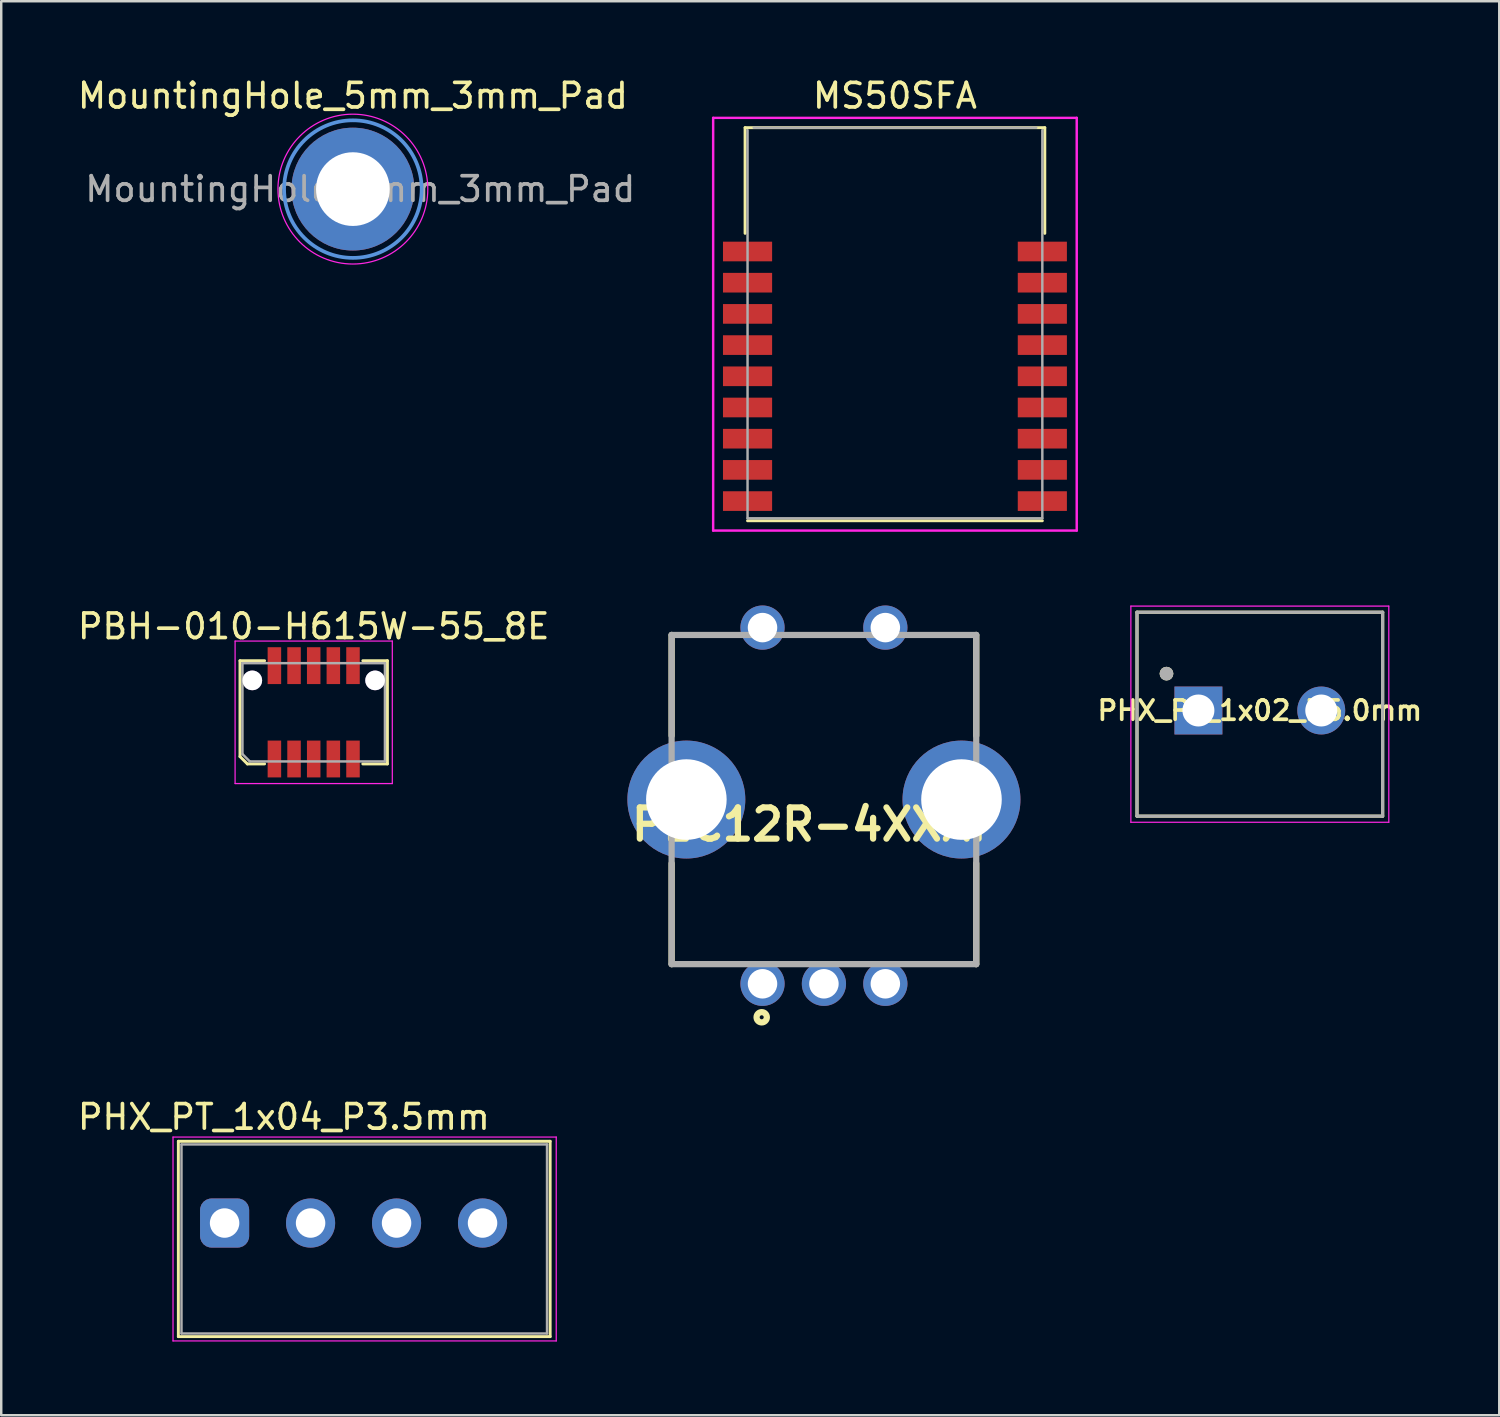
<source format=kicad_pcb>
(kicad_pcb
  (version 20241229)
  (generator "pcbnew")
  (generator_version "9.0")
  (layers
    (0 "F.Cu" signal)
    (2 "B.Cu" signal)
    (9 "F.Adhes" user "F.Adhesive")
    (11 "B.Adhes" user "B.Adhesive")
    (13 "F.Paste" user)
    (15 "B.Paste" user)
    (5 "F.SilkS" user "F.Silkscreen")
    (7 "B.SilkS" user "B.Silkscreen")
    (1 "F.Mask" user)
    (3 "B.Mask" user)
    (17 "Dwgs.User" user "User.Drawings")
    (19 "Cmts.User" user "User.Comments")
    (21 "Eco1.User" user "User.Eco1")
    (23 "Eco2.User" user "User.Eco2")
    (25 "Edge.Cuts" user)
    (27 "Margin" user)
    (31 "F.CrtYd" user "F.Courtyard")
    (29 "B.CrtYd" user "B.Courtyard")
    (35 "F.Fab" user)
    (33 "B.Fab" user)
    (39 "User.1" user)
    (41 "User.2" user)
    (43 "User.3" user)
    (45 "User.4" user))
  (footprint "PBH-010-H615W-55_8E"
    (layer "F.Cu")
    (at 9.72 25.947)
    (property "Reference" "PBH-010-H615W-55_8E" (at 0 -3.5 180) (layer "F.SilkS") (effects (font (size 1 1) (thickness 0.15))))
    (attr smd)
    (fp_line (start -3 -2.1) (end -2 -2.1) (stroke (width 0.12) (type solid)) (layer "F.SilkS"))
    (fp_line (start -3 1.8) (end -3 -2.1) (stroke (width 0.12) (type solid)) (layer "F.SilkS"))
    (fp_line (start -3 1.8) (end -2.7 2.1) (stroke (width 0.12) (type solid)) (layer "F.SilkS"))
    (fp_line (start -2 2.1) (end -2.7 2.1) (stroke (width 0.12) (type solid)) (layer "F.SilkS"))
    (fp_line (start 3 -2.1) (end 2 -2.1) (stroke (width 0.12) (type solid)) (layer "F.SilkS"))
    (fp_line (start 3 -2.1) (end 3 2.1) (stroke (width 0.12) (type solid)) (layer "F.SilkS"))
    (fp_line (start 3 2.1) (end 2 2.1) (stroke (width 0.12) (type solid)) (layer "F.SilkS"))
    (fp_line (start -3.2 -2.9) (end 3.2 -2.9) (stroke (width 0.05) (type solid)) (layer "F.CrtYd"))
    (fp_line (start -3.2 2.9) (end -3.2 -2.9) (stroke (width 0.05) (type solid)) (layer "F.CrtYd"))
    (fp_line (start 3.2 -2.9) (end 3.2 2.9) (stroke (width 0.05) (type solid)) (layer "F.CrtYd"))
    (fp_line (start 3.2 2.9) (end -3.2 2.9) (stroke (width 0.05) (type solid)) (layer "F.CrtYd"))
    (fp_line (start -2.9 -2) (end 2.9 -2) (stroke (width 0.1) (type solid)) (layer "F.Fab"))
    (fp_line (start -2.9 1.7) (end -2.9 -2) (stroke (width 0.1) (type solid)) (layer "F.Fab"))
    (fp_line (start -2.6 2) (end -2.9 1.7) (stroke (width 0.1) (type solid)) (layer "F.Fab"))
    (fp_line (start 2.9 -2) (end 2.9 2) (stroke (width 0.1) (type solid)) (layer "F.Fab"))
    (fp_line (start 2.9 2) (end -2.6 2) (stroke (width 0.1) (type solid)) (layer "F.Fab"))
    (pad "0" thru_hole circle (at -2.5 -1.3) (size 0.8 0.8) (drill 0.8) (layers "*.Cu" "*.Mask"))
    (pad "0" thru_hole circle (at 2.5 -1.3) (size 0.8 0.8) (drill 0.8) (layers "*.Cu" "*.Mask"))
    (pad "1" smd rect (at -1.6 1.9) (size 0.55 1.5) (layers "F.Cu" "F.Mask" "F.Paste"))
    (pad "2" smd rect (at -1.6 -1.9) (size 0.55 1.5) (layers "F.Cu" "F.Mask" "F.Paste"))
    (pad "3" smd rect (at -0.8 1.9) (size 0.55 1.5) (layers "F.Cu" "F.Mask" "F.Paste"))
    (pad "4" smd rect (at -0.8 -1.9) (size 0.55 1.5) (layers "F.Cu" "F.Mask" "F.Paste"))
    (pad "5" smd rect (at 0 1.9) (size 0.55 1.5) (layers "F.Cu" "F.Mask" "F.Paste"))
    (pad "6" smd rect (at 0 -1.9) (size 0.55 1.5) (layers "F.Cu" "F.Mask" "F.Paste"))
    (pad "7" smd rect (at 0.8 1.9) (size 0.55 1.5) (layers "F.Cu" "F.Mask" "F.Paste"))
    (pad "8" smd rect (at 0.8 -1.9) (size 0.55 1.5) (layers "F.Cu" "F.Mask" "F.Paste"))
    (pad "9" smd rect (at 1.6 1.9) (size 0.55 1.5) (layers "F.Cu" "F.Mask" "F.Paste"))
    (pad "10" smd rect (at 1.6 -1.9) (size 0.55 1.5) (layers "F.Cu" "F.Mask" "F.Paste")))
  (footprint "PHX_PT_1x02_P5.0mm"
    (layer "F.Cu")
    (at 48.235 25.873)
    (property "Reference" "PHX_PT_1x02_P5.0mm" (at 0 0 0) (layer "F.SilkS") (effects (font (size 0.787 0.787) (thickness 0.15))))
    (attr through_hole)
    (fp_line (start -5 -4) (end 5 -4) (stroke (width 0.127) (type solid)) (layer "F.SilkS"))
    (fp_line (start -5 4.3) (end -5 -4) (stroke (width 0.127) (type solid)) (layer "F.SilkS"))
    (fp_line (start 5 -4) (end 5 4.3) (stroke (width 0.127) (type solid)) (layer "F.SilkS"))
    (fp_line (start 5 4.3) (end -5 4.3) (stroke (width 0.127) (type solid)) (layer "F.SilkS"))
    (fp_circle (center -3.8 -1.5) (end -3.66 -1.5) (stroke (width 0.28) (type solid)) (fill no) (layer "F.SilkS"))
    (fp_line (start -5.25 -4.25) (end 5.25 -4.25) (stroke (width 0.05) (type solid)) (layer "F.CrtYd"))
    (fp_line (start -5.25 4.55) (end -5.25 -4.25) (stroke (width 0.05) (type solid)) (layer "F.CrtYd"))
    (fp_line (start 5.25 -4.25) (end 5.25 4.55) (stroke (width 0.05) (type solid)) (layer "F.CrtYd"))
    (fp_line (start 5.25 4.55) (end -5.25 4.55) (stroke (width 0.05) (type solid)) (layer "F.CrtYd"))
    (fp_line (start -5 -4) (end 5 -4) (stroke (width 0.127) (type solid)) (layer "F.Fab"))
    (fp_line (start -5 4.3) (end -5 -4) (stroke (width 0.127) (type solid)) (layer "F.Fab"))
    (fp_line (start 5 -4) (end 5 4.3) (stroke (width 0.127) (type solid)) (layer "F.Fab"))
    (fp_line (start 5 4.3) (end -5 4.3) (stroke (width 0.127) (type solid)) (layer "F.Fab"))
    (fp_circle (center -3.8 -1.5) (end -3.66 -1.5) (stroke (width 0.28) (type solid)) (fill no) (layer "F.Fab"))
    (pad "1" thru_hole rect (at -2.5 0) (size 1.95 1.95) (drill 1.3) (layers "*.Cu" "*.Mask"))
    (pad "2" thru_hole circle (at 2.5 0) (size 1.95 1.95) (drill 1.3) (layers "*.Cu" "*.Mask")))
  (footprint "MS50SFA"
    (layer "F.Cu")
    (at 33.381 10.148)
    (property "Reference" "MS50SFA" (at 0 -9.3 0) (layer "F.SilkS") (effects (font (size 1 1) (thickness 0.15))))
    (attr smd)
    (fp_line (start -6.1 -8) (end 6.1 -8) (stroke (width 0.12) (type solid)) (layer "F.SilkS"))
    (fp_line (start -6.1 -3.7) (end -6.1 -8) (stroke (width 0.12) (type solid)) (layer "F.SilkS"))
    (fp_line (start -6 8) (end 6 8) (stroke (width 0.12) (type solid)) (layer "F.SilkS"))
    (fp_line (start 6.1 -8) (end 6.1 -3.7) (stroke (width 0.12) (type solid)) (layer "F.SilkS"))
    (fp_line (start -7.4 -8.4) (end -7.4 8.4) (stroke (width 0.1) (type solid)) (layer "F.CrtYd"))
    (fp_line (start -7.4 8.4) (end 7.4 8.4) (stroke (width 0.1) (type solid)) (layer "F.CrtYd"))
    (fp_line (start 7.4 -8.4) (end -7.4 -8.4) (stroke (width 0.1) (type solid)) (layer "F.CrtYd"))
    (fp_line (start 7.4 8.4) (end 7.4 -8.4) (stroke (width 0.1) (type solid)) (layer "F.CrtYd"))
    (fp_line (start -6 -7.9) (end -6 7.9) (stroke (width 0.1) (type solid)) (layer "F.Fab"))
    (fp_line (start -6 7.9) (end 6 7.9) (stroke (width 0.1) (type solid)) (layer "F.Fab"))
    (fp_line (start -5.75 -8) (end 5.75 -8) (stroke (width 0.1) (type solid)) (layer "F.Fab"))
    (fp_line (start 6 -7.9) (end 6 7.9) (stroke (width 0.1) (type solid)) (layer "F.Fab"))
    (pad "1" smd rect (at -6 -2.96 180) (size 2 0.8) (layers "F.Cu" "F.Mask" "F.Paste"))
    (pad "2" smd rect (at -6 -1.69 180) (size 2 0.8) (layers "F.Cu" "F.Mask" "F.Paste"))
    (pad "3" smd rect (at -6 -0.42 180) (size 2 0.8) (layers "F.Cu" "F.Mask" "F.Paste"))
    (pad "4" smd rect (at -6 0.85 180) (size 2 0.8) (layers "F.Cu" "F.Mask" "F.Paste"))
    (pad "5" smd rect (at -6 2.12 180) (size 2 0.8) (layers "F.Cu" "F.Mask" "F.Paste"))
    (pad "6" smd rect (at -6 3.39 180) (size 2 0.8) (layers "F.Cu" "F.Mask" "F.Paste"))
    (pad "7" smd rect (at -6 4.66 180) (size 2 0.8) (layers "F.Cu" "F.Mask" "F.Paste"))
    (pad "8" smd rect (at -6 5.93 180) (size 2 0.8) (layers "F.Cu" "F.Mask" "F.Paste"))
    (pad "9" smd rect (at -6 7.2 180) (size 2 0.8) (layers "F.Cu" "F.Mask" "F.Paste"))
    (pad "10" smd rect (at 6 7.2 180) (size 2 0.8) (layers "F.Cu" "F.Mask" "F.Paste"))
    (pad "11" smd rect (at 6 5.93 180) (size 2 0.8) (layers "F.Cu" "F.Mask" "F.Paste"))
    (pad "12" smd rect (at 6 4.66 180) (size 2 0.8) (layers "F.Cu" "F.Mask" "F.Paste"))
    (pad "13" smd rect (at 6 3.39 180) (size 2 0.8) (layers "F.Cu" "F.Mask" "F.Paste"))
    (pad "14" smd rect (at 6 2.12 180) (size 2 0.8) (layers "F.Cu" "F.Mask" "F.Paste"))
    (pad "15" smd rect (at 6 0.85 180) (size 2 0.8) (layers "F.Cu" "F.Mask" "F.Paste"))
    (pad "16" smd rect (at 6 -0.42 180) (size 2 0.8) (layers "F.Cu" "F.Mask" "F.Paste"))
    (pad "17" smd rect (at 6 -1.69 180) (size 2 0.8) (layers "F.Cu" "F.Mask" "F.Paste"))
    (pad "18" smd rect (at 6 -2.96 180) (size 2 0.8) (layers "F.Cu" "F.Mask" "F.Paste")))
  (footprint "MountingHole_5mm_3mm_Pad"
    (layer "F.Cu")
    (at 11.315 4.648)
    (property "Reference" "MountingHole_5mm_3mm_Pad" (at 0 -3.8 0) (layer "F.SilkS") (effects (font (size 1 1) (thickness 0.15))))
    (attr exclude_from_pos_files exclude_from_bom)
    (fp_circle (center 0 0) (end 2.8 0) (stroke (width 0.15) (type solid)) (fill no) (layer "Cmts.User"))
    (fp_circle (center 0 0) (end 3.05 0) (stroke (width 0.05) (type solid)) (fill no) (layer "F.CrtYd"))
    (fp_text user "${REFERENCE}" (at 0.3 0 0) (layer "F.Fab") (effects (font (size 1 1) (thickness 0.15))))
    (pad "1" thru_hole circle (at 0 0) (size 5 5) (drill 3) (layers "*.Cu" "*.Mask")))
  (footprint "PHX_PT_1x04_P3.5mm"
    (layer "F.Cu")
    (at 6.093 46.737)
    (property "Reference" "PHX_PT_1x04_P3.5mm" (at 2.413 -4.318 0) (layer "F.SilkS") (effects (font (size 1 1) (thickness 0.15))))
    (attr through_hole)
    (fp_line (start -1.882 -3.327) (end -1.882 4.623) (stroke (width 0.12) (type solid)) (layer "F.SilkS"))
    (fp_line (start -1.882 4.623) (end 13.252 4.623) (stroke (width 0.12) (type solid)) (layer "F.SilkS"))
    (fp_line (start 13.252 -3.327) (end -1.882 -3.327) (stroke (width 0.12) (type solid)) (layer "F.SilkS"))
    (fp_line (start 13.252 4.623) (end 13.252 -3.327) (stroke (width 0.12) (type solid)) (layer "F.SilkS"))
    (fp_line (start -2.1 -3.5) (end -2.1 4.8) (stroke (width 0.05) (type solid)) (layer "F.CrtYd"))
    (fp_line (start -2.1 4.8) (end 13.5 4.8) (stroke (width 0.05) (type solid)) (layer "F.CrtYd"))
    (fp_line (start 13.5 -3.5) (end -2.1 -3.5) (stroke (width 0.05) (type solid)) (layer "F.CrtYd"))
    (fp_line (start 13.5 4.8) (end 13.5 -3.5) (stroke (width 0.05) (type solid)) (layer "F.CrtYd"))
    (fp_line (start -1.755 -3.2) (end -1.755 4.496) (stroke (width 0.1) (type solid)) (layer "F.Fab"))
    (fp_line (start -1.755 4.496) (end 13.125 4.496) (stroke (width 0.1) (type solid)) (layer "F.Fab"))
    (fp_line (start 13.125 -3.2) (end -1.755 -3.2) (stroke (width 0.1) (type solid)) (layer "F.Fab"))
    (fp_line (start 13.125 4.496) (end 13.125 -3.2) (stroke (width 0.1) (type solid)) (layer "F.Fab"))
    (pad "1" thru_hole roundrect (at 0 0) (size 2 2) (drill 1.2) (layers "*.Cu" "*.Mask") (roundrect_rratio 0.235))
    (pad "2" thru_hole circle (at 3.5 0) (size 2 2) (drill 1.2) (layers "*.Cu" "*.Mask"))
    (pad "3" thru_hole circle (at 7 0) (size 2 2) (drill 1.2) (layers "*.Cu" "*.Mask"))
    (pad "4" thru_hole circle (at 10.5 0) (size 2 2) (drill 1.2) (layers "*.Cu" "*.Mask")))
  (footprint "PEC12R-4XXXF"
    (layer "F.Cu")
    (at 30.49 29.498)
    (property "Reference" "PEC12R-4XXXF" (at -0.357 1.016 0) (layer "F.SilkS") (effects (font (size 1.27 1.27) (thickness 0.254))))
    (attr through_hole)
    (fp_line (start -6.2 -6.7) (end -6.2 -2.6) (stroke (width 0.254) (type solid)) (layer "F.SilkS"))
    (fp_line (start -6.2 6.7) (end -6.2 2.6) (stroke (width 0.254) (type solid)) (layer "F.SilkS"))
    (fp_line (start 6.2 -6.7) (end 6.2 -2.6) (stroke (width 0.254) (type solid)) (layer "F.SilkS"))
    (fp_line (start 6.2 6.7) (end 6.2 2.6) (stroke (width 0.254) (type solid)) (layer "F.SilkS"))
    (fp_circle (center -2.533 8.863) (end -2.533 8.945) (stroke (width 0.254) (type solid)) (fill no) (layer "F.SilkS"))
    (fp_line (start -6.2 -6.7) (end 6.2 -6.7) (stroke (width 0.254) (type solid)) (layer "F.Fab"))
    (fp_line (start -6.2 6.7) (end -6.2 -6.7) (stroke (width 0.254) (type solid)) (layer "F.Fab"))
    (fp_line (start 6.2 -6.7) (end 6.2 6.7) (stroke (width 0.254) (type solid)) (layer "F.Fab"))
    (fp_line (start 6.2 6.7) (end -6.2 6.7) (stroke (width 0.254) (type solid)) (layer "F.Fab"))
    (pad "6" thru_hole circle (at 5.6 0) (size 4.8 4.8) (drill 3.28) (layers "*.Cu" "*.Mask"))
    (pad "7" thru_hole circle (at -5.6 0) (size 4.8 4.8) (drill 3.28) (layers "*.Cu" "*.Mask"))
    (pad "A" thru_hole circle (at -2.5 7.5) (size 1.8 1.8) (drill 1.2) (layers "*.Cu" "*.Mask"))
    (pad "B" thru_hole circle (at 2.5 7.5) (size 1.8 1.8) (drill 1.2) (layers "*.Cu" "*.Mask"))
    (pad "C" thru_hole circle (at 0 7.5) (size 1.8 1.8) (drill 1.2) (layers "*.Cu" "*.Mask"))
    (pad "S1" thru_hole circle (at -2.5 -7) (size 1.8 1.8) (drill 1.2) (layers "*.Cu" "*.Mask"))
    (pad "S2" thru_hole circle (at 2.5 -7) (size 1.8 1.8) (drill 1.2) (layers "*.Cu" "*.Mask")))
  (gr_rect
    (start -3 -3)
    (end 57.981 54.562)
    (stroke (width 0.1) (type default))
    (fill no)
    (layer "Edge.Cuts")))
</source>
